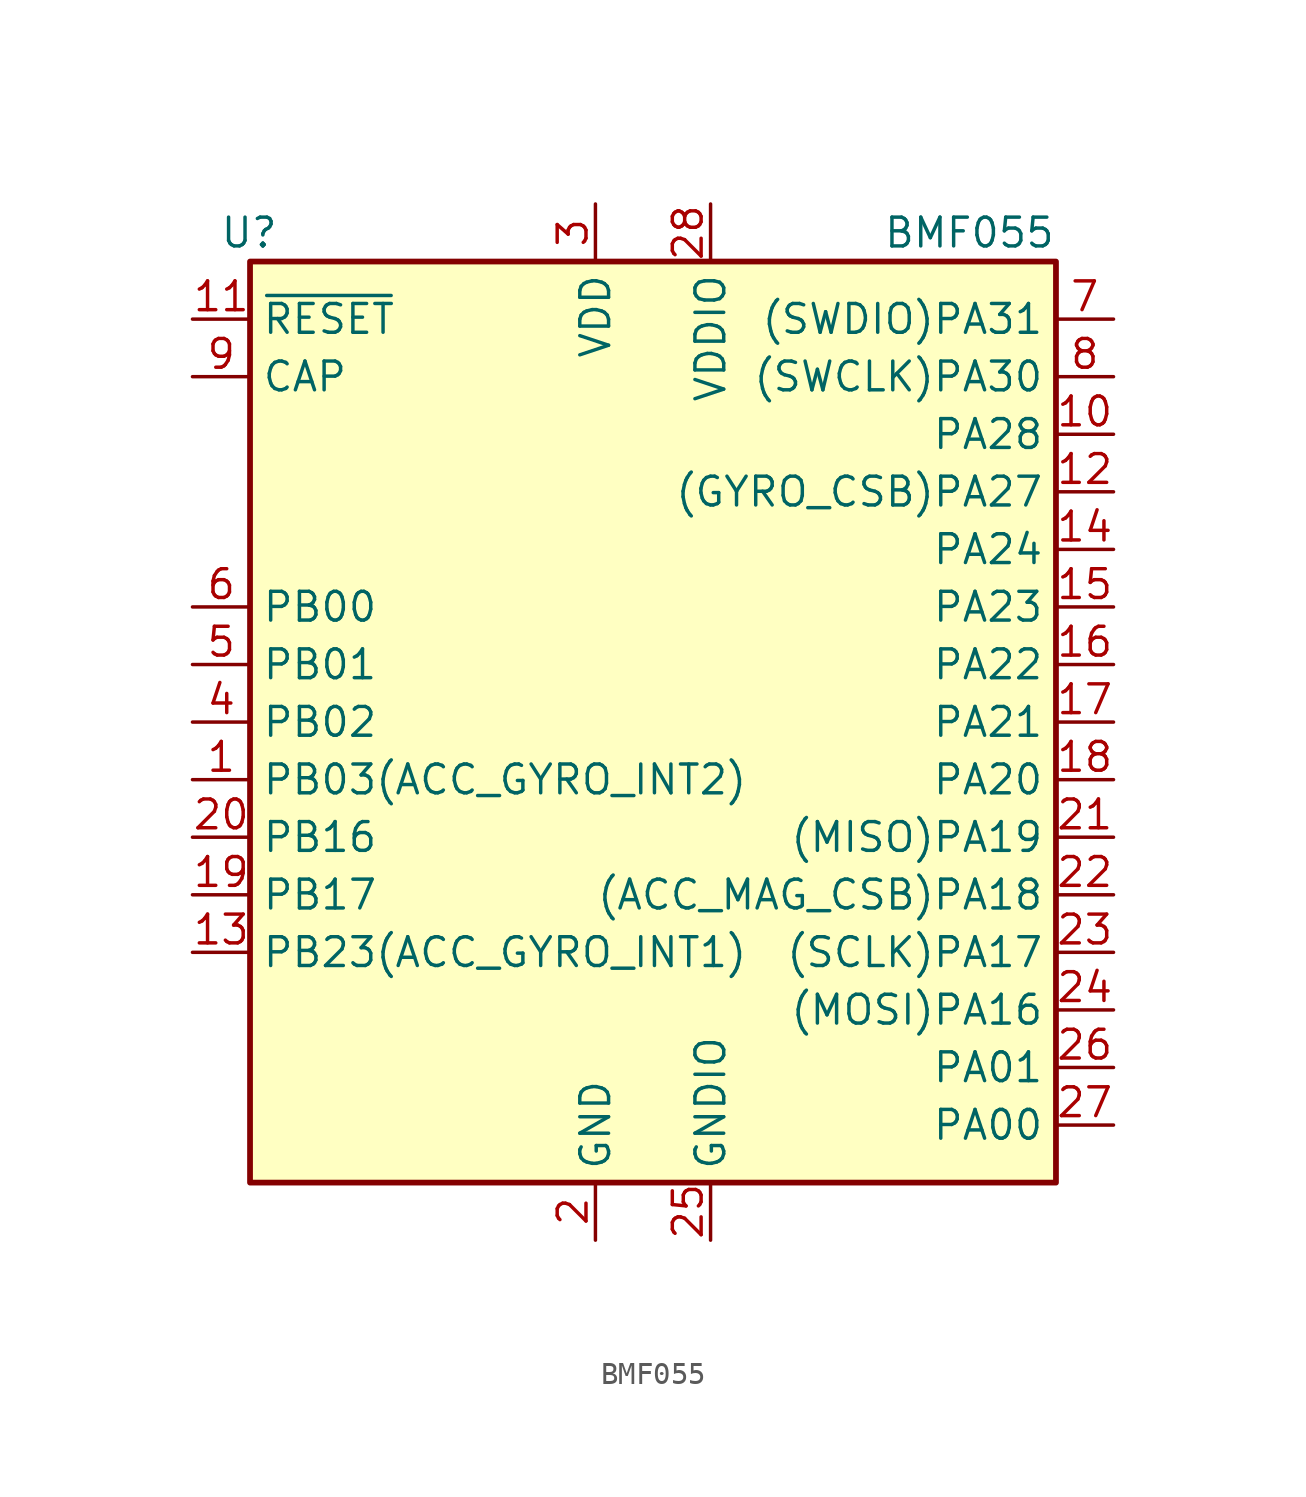
<source format=kicad_sym>
(kicad_symbol_lib
  (version 20211014)
  (generator kicad_symbol_editor)
  (symbol "BMF055"
    (property "Reference" "U"
      (at -16.51 21.59 0)
      (effects (font (size 1.27 1.27)) (justify right)))
    (property "Value" "BMF055"
      (at 17.78 21.59 0)
      (effects (font (size 1.27 1.27)) (justify right)))
    (symbol "BMF055_0_1"
      (rectangle (start -17.78 20.32) (end 17.78 -20.32) (stroke (width 0.254) (type default) (color 0 0 0 0)) (fill (type background))))
    (symbol "BMF055_1_1"
      (pin bidirectional line (at -20.32 -2.54 0) (length 2.54) (name "PB03(ACC_GYRO_INT2)" (effects (font (size 1.27 1.27)))) (number "1" (effects (font (size 1.27 1.27)))))
      (pin bidirectional line (at 20.32 12.7 180) (length 2.54) (name "PA28" (effects (font (size 1.27 1.27)))) (number "10" (effects (font (size 1.27 1.27)))))
      (pin input line (at -20.32 17.78 0) (length 2.54) (name "~{RESET}" (effects (font (size 1.27 1.27)))) (number "11" (effects (font (size 1.27 1.27)))))
      (pin bidirectional line (at 20.32 10.16 180) (length 2.54) (name "(GYRO_CSB)PA27" (effects (font (size 1.27 1.27)))) (number "12" (effects (font (size 1.27 1.27)))))
      (pin bidirectional line (at -20.32 -10.16 0) (length 2.54) (name "PB23(ACC_GYRO_INT1)" (effects (font (size 1.27 1.27)))) (number "13" (effects (font (size 1.27 1.27)))))
      (pin input line (at 20.32 7.62 180) (length 2.54) (name "PA24" (effects (font (size 1.27 1.27)))) (number "14" (effects (font (size 1.27 1.27)))))
      (pin bidirectional line (at 20.32 5.08 180) (length 2.54) (name "PA23" (effects (font (size 1.27 1.27)))) (number "15" (effects (font (size 1.27 1.27)))))
      (pin bidirectional line (at 20.32 2.54 180) (length 2.54) (name "PA22" (effects (font (size 1.27 1.27)))) (number "16" (effects (font (size 1.27 1.27)))))
      (pin bidirectional line (at 20.32 0 180) (length 2.54) (name "PA21" (effects (font (size 1.27 1.27)))) (number "17" (effects (font (size 1.27 1.27)))))
      (pin bidirectional line (at 20.32 -2.54 180) (length 2.54) (name "PA20" (effects (font (size 1.27 1.27)))) (number "18" (effects (font (size 1.27 1.27)))))
      (pin bidirectional line (at -20.32 -7.62 0) (length 2.54) (name "PB17" (effects (font (size 1.27 1.27)))) (number "19" (effects (font (size 1.27 1.27)))))
      (pin power_in line (at -2.54 -22.86 90) (length 2.54) (name "GND" (effects (font (size 1.27 1.27)))) (number "2" (effects (font (size 1.27 1.27)))))
      (pin bidirectional line (at -20.32 -5.08 0) (length 2.54) (name "PB16" (effects (font (size 1.27 1.27)))) (number "20" (effects (font (size 1.27 1.27)))))
      (pin bidirectional line (at 20.32 -5.08 180) (length 2.54) (name "(MISO)PA19" (effects (font (size 1.27 1.27)))) (number "21" (effects (font (size 1.27 1.27)))))
      (pin bidirectional line (at 20.32 -7.62 180) (length 2.54) (name "(ACC_MAG_CSB)PA18" (effects (font (size 1.27 1.27)))) (number "22" (effects (font (size 1.27 1.27)))))
      (pin bidirectional line (at 20.32 -10.16 180) (length 2.54) (name "(SCLK)PA17" (effects (font (size 1.27 1.27)))) (number "23" (effects (font (size 1.27 1.27)))))
      (pin bidirectional line (at 20.32 -12.7 180) (length 2.54) (name "(MOSI)PA16" (effects (font (size 1.27 1.27)))) (number "24" (effects (font (size 1.27 1.27)))))
      (pin power_in line (at 2.54 -22.86 90) (length 2.54) (name "GNDIO" (effects (font (size 1.27 1.27)))) (number "25" (effects (font (size 1.27 1.27)))))
      (pin bidirectional line (at 20.32 -15.24 180) (length 2.54) (name "PA01" (effects (font (size 1.27 1.27)))) (number "26" (effects (font (size 1.27 1.27)))))
      (pin bidirectional line (at 20.32 -17.78 180) (length 2.54) (name "PA00" (effects (font (size 1.27 1.27)))) (number "27" (effects (font (size 1.27 1.27)))))
      (pin power_in line (at 2.54 22.86 270) (length 2.54) (name "VDDIO" (effects (font (size 1.27 1.27)))) (number "28" (effects (font (size 1.27 1.27)))))
      (pin power_in line (at -2.54 22.86 270) (length 2.54) (name "VDD" (effects (font (size 1.27 1.27)))) (number "3" (effects (font (size 1.27 1.27)))))
      (pin bidirectional line (at -20.32 0 0) (length 2.54) (name "PB02" (effects (font (size 1.27 1.27)))) (number "4" (effects (font (size 1.27 1.27)))))
      (pin bidirectional line (at -20.32 2.54 0) (length 2.54) (name "PB01" (effects (font (size 1.27 1.27)))) (number "5" (effects (font (size 1.27 1.27)))))
      (pin bidirectional line (at -20.32 5.08 0) (length 2.54) (name "PB00" (effects (font (size 1.27 1.27)))) (number "6" (effects (font (size 1.27 1.27)))))
      (pin bidirectional line (at 20.32 17.78 180) (length 2.54) (name "(SWDIO)PA31" (effects (font (size 1.27 1.27)))) (number "7" (effects (font (size 1.27 1.27)))))
      (pin bidirectional line (at 20.32 15.24 180) (length 2.54) (name "(SWCLK)PA30" (effects (font (size 1.27 1.27)))) (number "8" (effects (font (size 1.27 1.27)))))
      (pin bidirectional line (at -20.32 15.24 0) (length 2.54) (name "CAP" (effects (font (size 1.27 1.27)))) (number "9" (effects (font (size 1.27 1.27))))))))
</source>
